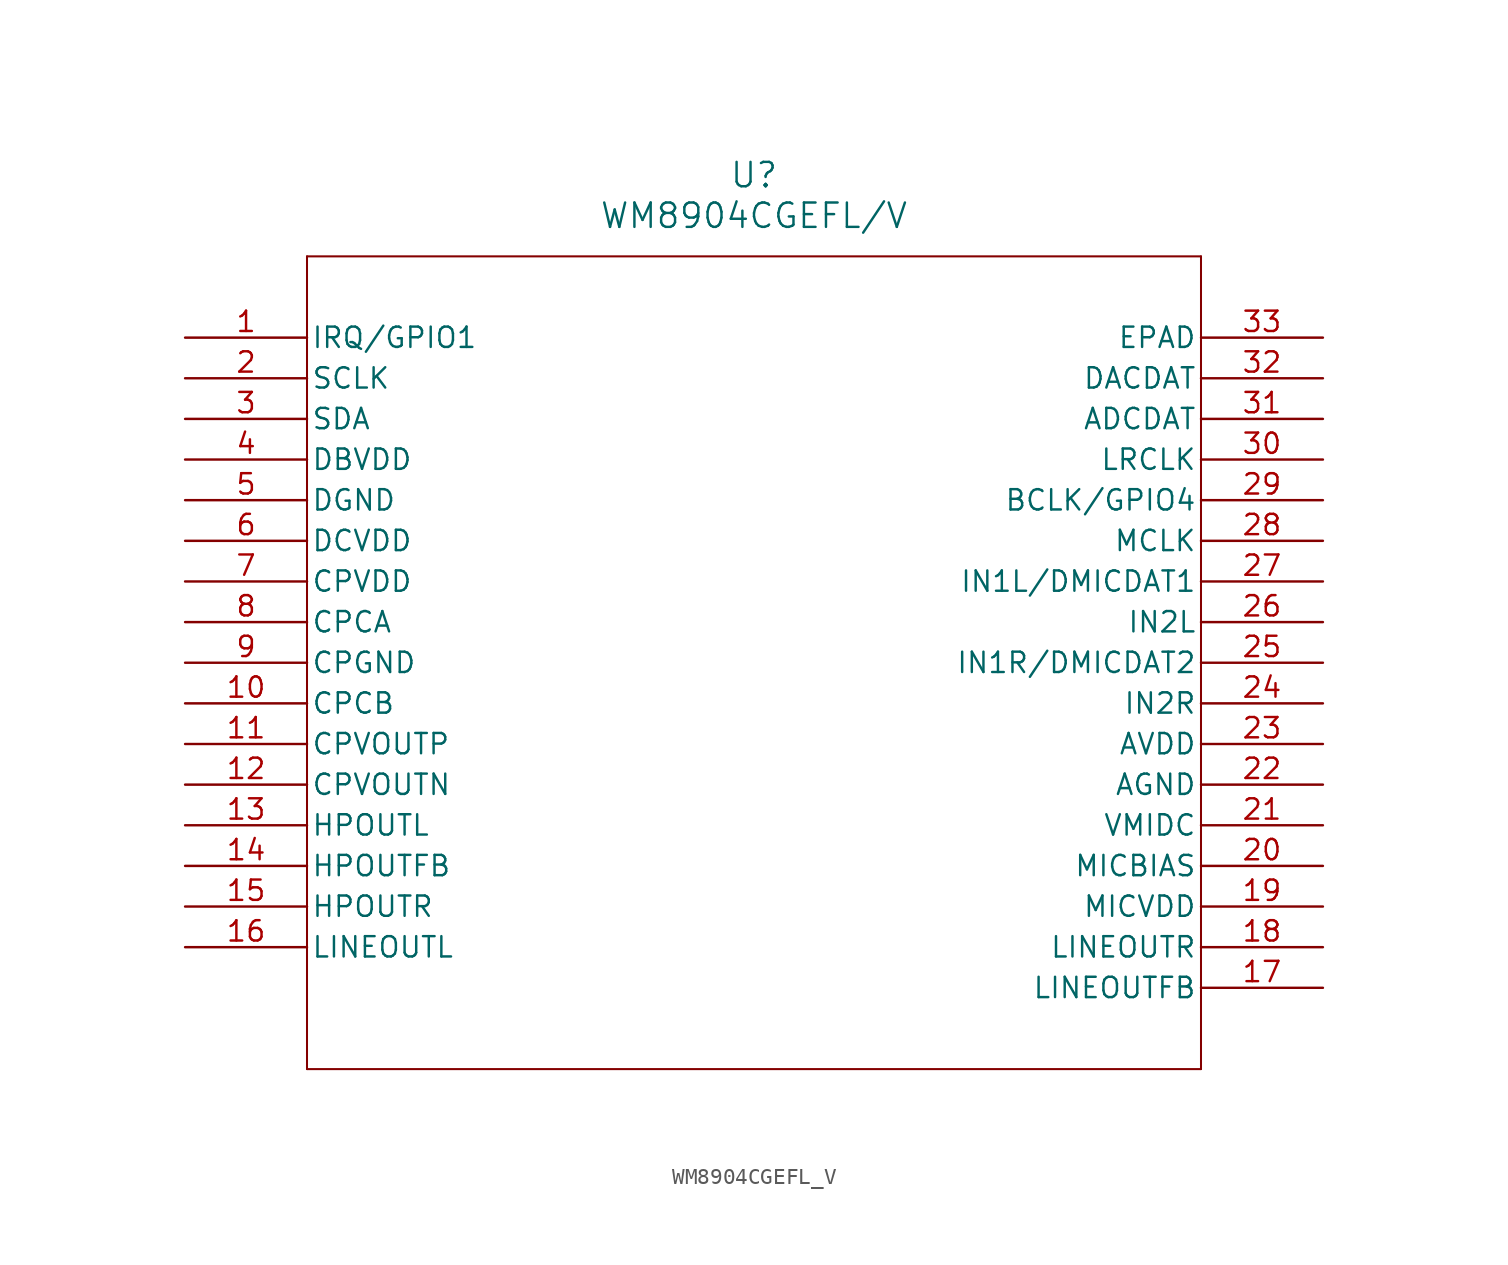
<source format=kicad_sym>
(kicad_symbol_lib
  (version 20211014)
  (generator kicad_symbol_editor)
  (symbol "WM8904CGEFL_V"
    (pin_names
      (offset 0.254))
    (property "Reference" "U"
      (at 35.56 10.16 0)
      (effects (font (size 1.524 1.524))))
    (property "Value" "WM8904CGEFL/V"
      (at 35.56 7.62 0)
      (effects (font (size 1.524 1.524))))
    (symbol "WM8904CGEFL_V_0_1"
      (polyline (pts (xy 7.62 5.08) (xy 7.62 -45.72)) (stroke (width 0.127) (type default) (color 0 0 0 0)) (fill (type none)))
      (polyline (pts (xy 7.62 -45.72) (xy 63.5 -45.72)) (stroke (width 0.127) (type default) (color 0 0 0 0)) (fill (type none)))
      (polyline (pts (xy 63.5 -45.72) (xy 63.5 5.08)) (stroke (width 0.127) (type default) (color 0 0 0 0)) (fill (type none)))
      (polyline (pts (xy 63.5 5.08) (xy 7.62 5.08)) (stroke (width 0.127) (type default) (color 0 0 0 0)) (fill (type none)))
      (pin unspecified line (at 0 0 0) (length 7.62) (name "IRQ/GPIO1" (effects (font (size 1.27 1.27)))) (number "1" (effects (font (size 1.27 1.27)))))
      (pin unspecified line (at 0 -2.54 0) (length 7.62) (name "SCLK" (effects (font (size 1.27 1.27)))) (number "2" (effects (font (size 1.27 1.27)))))
      (pin unspecified line (at 0 -5.08 0) (length 7.62) (name "SDA" (effects (font (size 1.27 1.27)))) (number "3" (effects (font (size 1.27 1.27)))))
      (pin power_in line (at 0 -7.62 0) (length 7.62) (name "DBVDD" (effects (font (size 1.27 1.27)))) (number "4" (effects (font (size 1.27 1.27)))))
      (pin power_out line (at 0 -10.16 0) (length 7.62) (name "DGND" (effects (font (size 1.27 1.27)))) (number "5" (effects (font (size 1.27 1.27)))))
      (pin power_in line (at 0 -12.7 0) (length 7.62) (name "DCVDD" (effects (font (size 1.27 1.27)))) (number "6" (effects (font (size 1.27 1.27)))))
      (pin power_in line (at 0 -15.24 0) (length 7.62) (name "CPVDD" (effects (font (size 1.27 1.27)))) (number "7" (effects (font (size 1.27 1.27)))))
      (pin unspecified line (at 0 -17.78 0) (length 7.62) (name "CPCA" (effects (font (size 1.27 1.27)))) (number "8" (effects (font (size 1.27 1.27)))))
      (pin power_out line (at 0 -20.32 0) (length 7.62) (name "CPGND" (effects (font (size 1.27 1.27)))) (number "9" (effects (font (size 1.27 1.27)))))
      (pin unspecified line (at 0 -22.86 0) (length 7.62) (name "CPCB" (effects (font (size 1.27 1.27)))) (number "10" (effects (font (size 1.27 1.27)))))
      (pin output line (at 0 -25.4 0) (length 7.62) (name "CPVOUTP" (effects (font (size 1.27 1.27)))) (number "11" (effects (font (size 1.27 1.27)))))
      (pin output line (at 0 -27.94 0) (length 7.62) (name "CPVOUTN" (effects (font (size 1.27 1.27)))) (number "12" (effects (font (size 1.27 1.27)))))
      (pin output line (at 0 -30.48 0) (length 7.62) (name "HPOUTL" (effects (font (size 1.27 1.27)))) (number "13" (effects (font (size 1.27 1.27)))))
      (pin output line (at 0 -33.02 0) (length 7.62) (name "HPOUTFB" (effects (font (size 1.27 1.27)))) (number "14" (effects (font (size 1.27 1.27)))))
      (pin output line (at 0 -35.56 0) (length 7.62) (name "HPOUTR" (effects (font (size 1.27 1.27)))) (number "15" (effects (font (size 1.27 1.27)))))
      (pin output line (at 0 -38.1 0) (length 7.62) (name "LINEOUTL" (effects (font (size 1.27 1.27)))) (number "16" (effects (font (size 1.27 1.27)))))
      (pin output line (at 71.12 -40.64 180) (length 7.62) (name "LINEOUTFB" (effects (font (size 1.27 1.27)))) (number "17" (effects (font (size 1.27 1.27)))))
      (pin output line (at 71.12 -38.1 180) (length 7.62) (name "LINEOUTR" (effects (font (size 1.27 1.27)))) (number "18" (effects (font (size 1.27 1.27)))))
      (pin power_in line (at 71.12 -35.56 180) (length 7.62) (name "MICVDD" (effects (font (size 1.27 1.27)))) (number "19" (effects (font (size 1.27 1.27)))))
      (pin unspecified line (at 71.12 -33.02 180) (length 7.62) (name "MICBIAS" (effects (font (size 1.27 1.27)))) (number "20" (effects (font (size 1.27 1.27)))))
      (pin unspecified line (at 71.12 -30.48 180) (length 7.62) (name "VMIDC" (effects (font (size 1.27 1.27)))) (number "21" (effects (font (size 1.27 1.27)))))
      (pin power_out line (at 71.12 -27.94 180) (length 7.62) (name "AGND" (effects (font (size 1.27 1.27)))) (number "22" (effects (font (size 1.27 1.27)))))
      (pin power_in line (at 71.12 -25.4 180) (length 7.62) (name "AVDD" (effects (font (size 1.27 1.27)))) (number "23" (effects (font (size 1.27 1.27)))))
      (pin input line (at 71.12 -22.86 180) (length 7.62) (name "IN2R" (effects (font (size 1.27 1.27)))) (number "24" (effects (font (size 1.27 1.27)))))
      (pin input line (at 71.12 -20.32 180) (length 7.62) (name "IN1R/DMICDAT2" (effects (font (size 1.27 1.27)))) (number "25" (effects (font (size 1.27 1.27)))))
      (pin input line (at 71.12 -17.78 180) (length 7.62) (name "IN2L" (effects (font (size 1.27 1.27)))) (number "26" (effects (font (size 1.27 1.27)))))
      (pin input line (at 71.12 -15.24 180) (length 7.62) (name "IN1L/DMICDAT1" (effects (font (size 1.27 1.27)))) (number "27" (effects (font (size 1.27 1.27)))))
      (pin unspecified line (at 71.12 -12.7 180) (length 7.62) (name "MCLK" (effects (font (size 1.27 1.27)))) (number "28" (effects (font (size 1.27 1.27)))))
      (pin unspecified line (at 71.12 -10.16 180) (length 7.62) (name "BCLK/GPIO4" (effects (font (size 1.27 1.27)))) (number "29" (effects (font (size 1.27 1.27)))))
      (pin unspecified line (at 71.12 -7.62 180) (length 7.62) (name "LRCLK" (effects (font (size 1.27 1.27)))) (number "30" (effects (font (size 1.27 1.27)))))
      (pin unspecified line (at 71.12 -5.08 180) (length 7.62) (name "ADCDAT" (effects (font (size 1.27 1.27)))) (number "31" (effects (font (size 1.27 1.27)))))
      (pin unspecified line (at 71.12 -2.54 180) (length 7.62) (name "DACDAT" (effects (font (size 1.27 1.27)))) (number "32" (effects (font (size 1.27 1.27)))))
      (pin unspecified line (at 71.12 0 180) (length 7.62) (name "EPAD" (effects (font (size 1.27 1.27)))) (number "33" (effects (font (size 1.27 1.27))))))))
</source>
